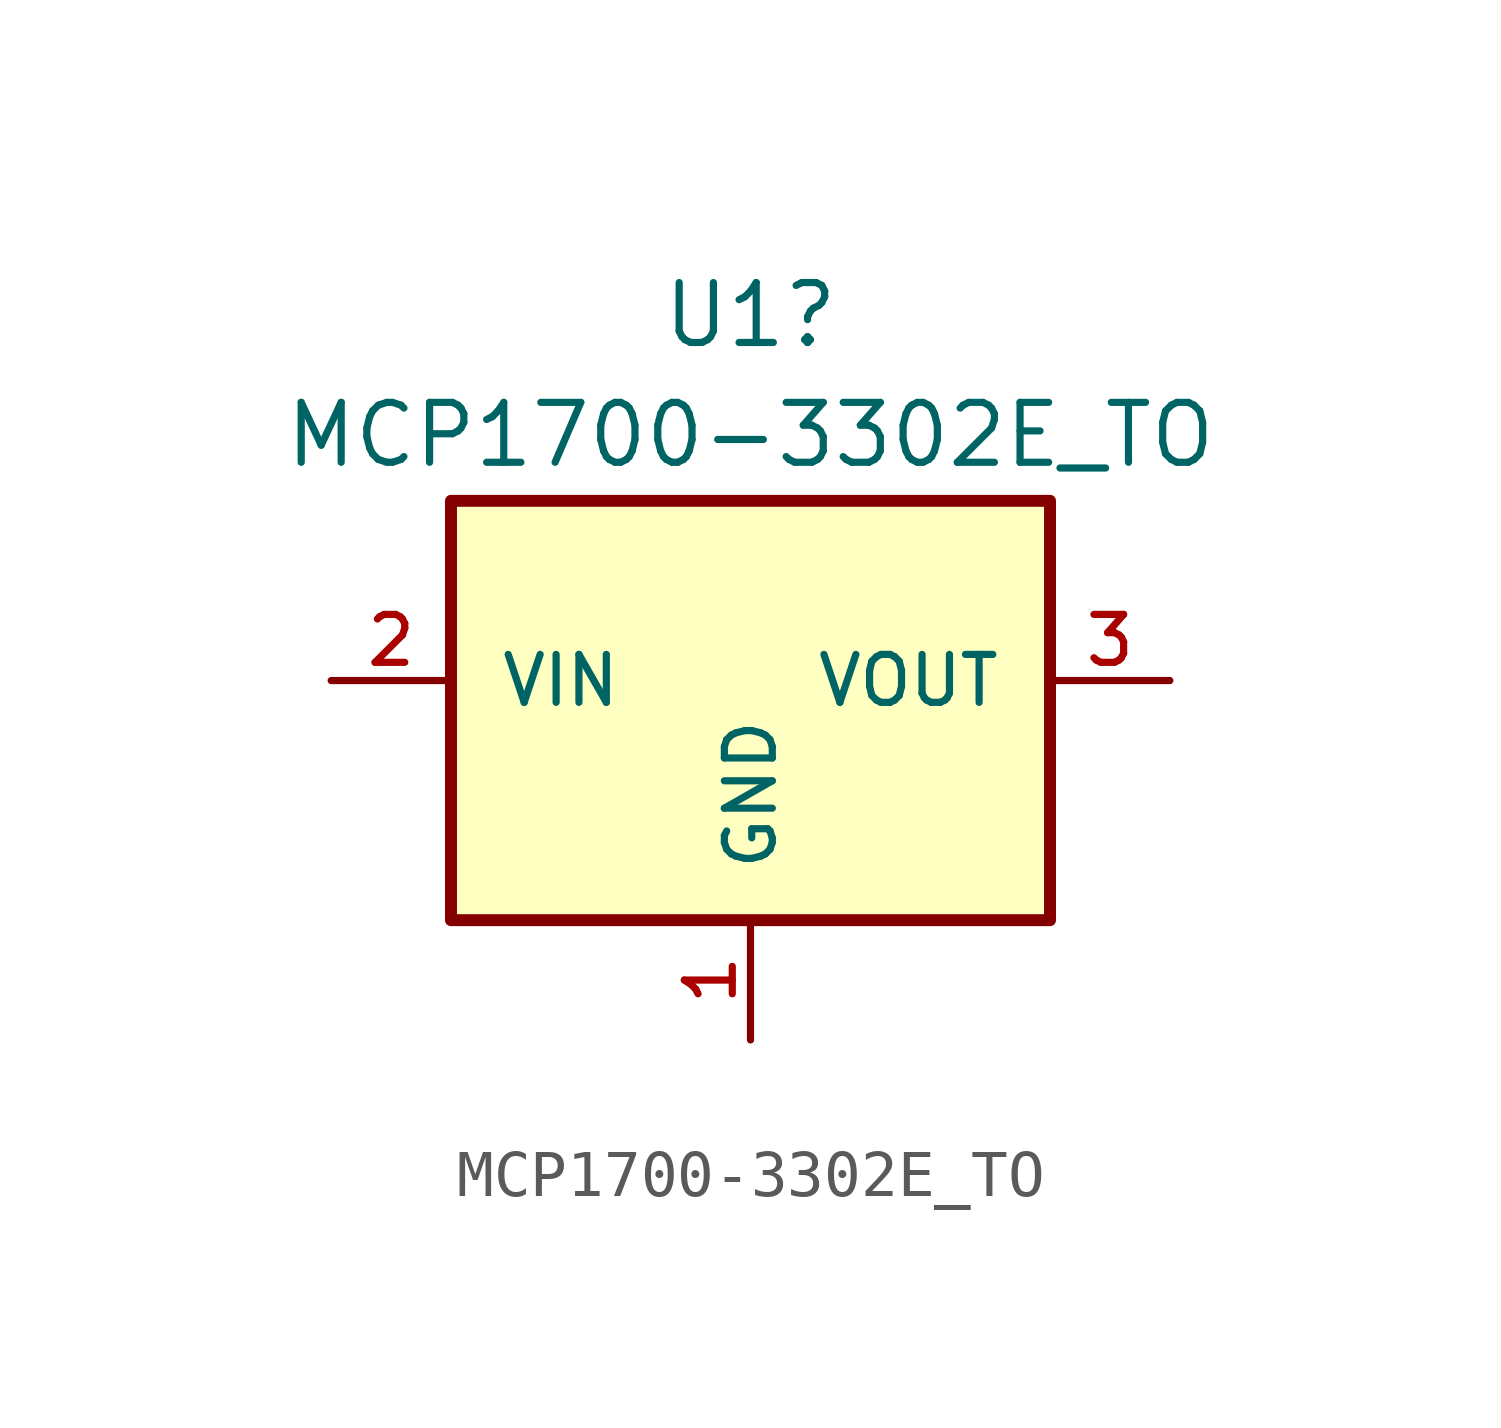
<source format=kicad_sym>
(kicad_symbol_lib
  (version 20220914)
  (generator kicad_symbol_editor)
  (symbol "MCP1700-3302E_TO"
    (pin_names
      (offset 1.016))
    (property "Reference" "U1"
      (at 0 7.747 0)
      (effects (font (size 1.27 1.27))))
    (property "Value" "MCP1700-3302E_TO"
      (at 0 5.207 0)
      (effects (font (size 1.27 1.27))))
    (symbol "MCP1700-3302E_TO_1_0"
      (rectangle (start -6.35 3.81) (end 6.35 -5.08) (stroke (width 0.254) (type default)) (fill (type background)))
      (pin power_in line (at 0 -7.62 90) (length 2.54) (name "GND" (effects (font (size 1.016 1.016)))) (number "1" (effects (font (size 1.016 1.016)))))
      (pin power_in line (at -8.89 0 0) (length 2.54) (name "VIN" (effects (font (size 1.016 1.016)))) (number "2" (effects (font (size 1.016 1.016)))))
      (pin power_out line (at 8.89 0 180) (length 2.54) (name "VOUT" (effects (font (size 1.016 1.016)))) (number "3" (effects (font (size 1.016 1.016))))))))
</source>
